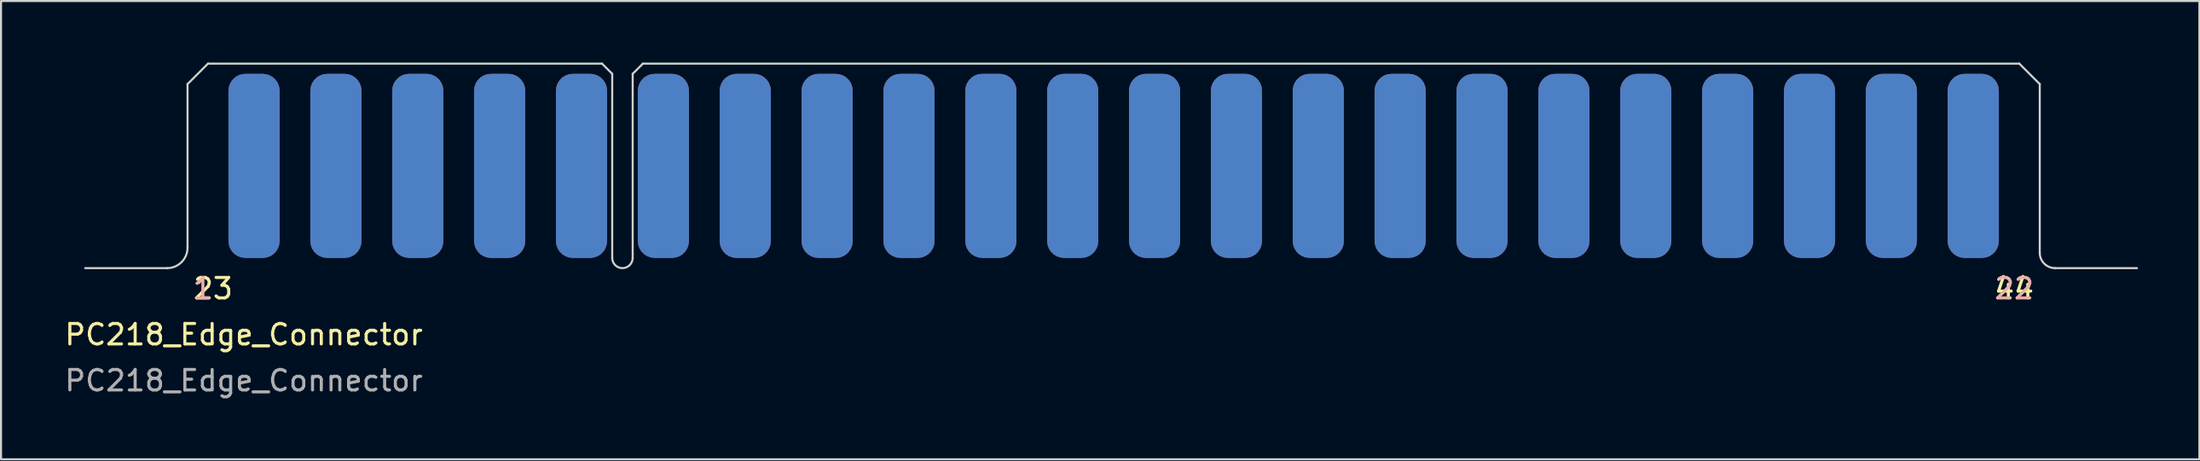
<source format=kicad_pcb>
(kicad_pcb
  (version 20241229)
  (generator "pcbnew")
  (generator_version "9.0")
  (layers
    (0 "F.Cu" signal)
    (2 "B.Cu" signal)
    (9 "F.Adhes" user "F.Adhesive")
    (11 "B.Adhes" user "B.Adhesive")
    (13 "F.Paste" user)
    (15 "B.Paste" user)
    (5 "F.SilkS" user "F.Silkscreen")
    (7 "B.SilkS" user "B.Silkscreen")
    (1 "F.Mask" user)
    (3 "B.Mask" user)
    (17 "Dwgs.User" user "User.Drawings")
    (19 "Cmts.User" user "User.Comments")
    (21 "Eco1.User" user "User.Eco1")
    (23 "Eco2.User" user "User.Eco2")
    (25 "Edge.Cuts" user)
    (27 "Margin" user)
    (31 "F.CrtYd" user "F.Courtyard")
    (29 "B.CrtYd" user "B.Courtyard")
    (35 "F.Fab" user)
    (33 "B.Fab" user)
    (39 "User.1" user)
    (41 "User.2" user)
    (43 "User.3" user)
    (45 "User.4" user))
  (footprint "PC218_Edge_Connector"
    (layer "F.Cu")
    (at 6.113 10.06)
    (property "Reference" "PC218_Edge_Connector" (at 2.75 3.25 0) (unlocked yes) (layer "F.SilkS") (effects (font (size 1 1) (thickness 0.15))))
    (fp_rect (start -1 0) (end 91.5 -10) (stroke (width 0.12) (type solid)) (fill yes) (layer "F.Mask"))
    (fp_rect (start -1 0) (end 91.5 -10) (stroke (width 0.12) (type solid)) (fill yes) (layer "B.Mask"))
    (fp_line (start -5 0) (end -1 0) (stroke (width 0.1) (type solid)) (layer "Edge.Cuts"))
    (fp_line (start 0 -9) (end 1 -10) (stroke (width 0.1) (type solid)) (layer "Edge.Cuts"))
    (fp_line (start 0 -1) (end 0 -9) (stroke (width 0.1) (type solid)) (layer "Edge.Cuts"))
    (fp_line (start 1 -10) (end 20.25 -10) (stroke (width 0.1) (type solid)) (layer "Edge.Cuts"))
    (fp_line (start 20.25 -10) (end 20.75 -9.5) (stroke (width 0.1) (type solid)) (layer "Edge.Cuts"))
    (fp_line (start 20.75 -9.5) (end 20.75 -0.5) (stroke (width 0.1) (type solid)) (layer "Edge.Cuts"))
    (fp_line (start 21.75 -9.5) (end 22.25 -10) (stroke (width 0.1) (type solid)) (layer "Edge.Cuts"))
    (fp_line (start 21.75 -0.5) (end 21.75 -9.5) (stroke (width 0.1) (type solid)) (layer "Edge.Cuts"))
    (fp_line (start 22.25 -10) (end 89.5 -10) (stroke (width 0.1) (type solid)) (layer "Edge.Cuts"))
    (fp_line (start 89.5 -10) (end 90.5 -9) (stroke (width 0.1) (type solid)) (layer "Edge.Cuts"))
    (fp_line (start 90.5 -9) (end 90.5 -0.75) (stroke (width 0.1) (type solid)) (layer "Edge.Cuts"))
    (fp_line (start 91.25 0) (end 95.25 0) (stroke (width 0.1) (type solid)) (layer "Edge.Cuts"))
    (fp_arc (start 0 -1) (mid -0.292893 -0.292893) (end -1 0) (stroke (width 0.1) (type solid)) (layer "Edge.Cuts"))
    (fp_arc (start 21.75 -0.5) (mid 21.25 0) (end 20.75 -0.5) (stroke (width 0.1) (type solid)) (layer "Edge.Cuts"))
    (fp_arc (start 91.25 0) (mid 90.71967 -0.21967) (end 90.5 -0.75) (stroke (width 0.1) (type solid)) (layer "Edge.Cuts"))
    (fp_text user "44" (at 89.25 1 0) (unlocked yes) (layer "F.SilkS") (effects (font (size 1 1) (thickness 0.15))))
    (fp_text user "23" (at 1.25 1 0) (unlocked yes) (layer "F.SilkS") (effects (font (size 1 1) (thickness 0.15))))
    (fp_text user "22" (at 89.25 1 0) (unlocked yes) (layer "B.SilkS") (effects (font (size 1 1) (thickness 0.15))))
    (fp_text user "1" (at 0.75 1 0) (unlocked yes) (layer "B.SilkS") (effects (font (size 1 1) (thickness 0.15))))
    (fp_text user "${REFERENCE}" (at 2.75 5.5 0) (unlocked yes) (layer "F.Fab") (effects (font (size 1 1) (thickness 0.15))))
    (pad "1" connect roundrect (at 3.25 -5) (size 2.5 9) (layers "B.Cu" "B.Mask") (roundrect_rratio 0.33))
    (pad "2" connect roundrect (at 7.25 -5) (size 2.5 9) (layers "B.Cu" "B.Mask") (roundrect_rratio 0.33))
    (pad "3" connect roundrect (at 11.25 -5) (size 2.5 9) (layers "B.Cu" "B.Mask") (roundrect_rratio 0.33))
    (pad "4" connect roundrect (at 15.25 -5) (size 2.5 9) (layers "B.Cu" "B.Mask") (roundrect_rratio 0.33))
    (pad "5" connect roundrect (at 19.25 -5) (size 2.5 9) (layers "B.Cu" "B.Mask") (roundrect_rratio 0.33))
    (pad "6" connect roundrect (at 23.25 -5) (size 2.5 9) (layers "B.Cu" "B.Mask") (roundrect_rratio 0.33))
    (pad "7" connect roundrect (at 27.25 -5) (size 2.5 9) (layers "B.Cu" "B.Mask") (roundrect_rratio 0.33))
    (pad "8" connect roundrect (at 31.25 -5) (size 2.5 9) (layers "B.Cu" "B.Mask") (roundrect_rratio 0.33))
    (pad "9" connect roundrect (at 35.25 -5) (size 2.5 9) (layers "B.Cu" "B.Mask") (roundrect_rratio 0.33))
    (pad "10" connect roundrect (at 39.25 -5) (size 2.5 9) (layers "B.Cu" "B.Mask") (roundrect_rratio 0.33))
    (pad "11" connect roundrect (at 43.25 -5) (size 2.5 9) (layers "B.Cu" "B.Mask") (roundrect_rratio 0.33))
    (pad "12" connect roundrect (at 47.25 -5) (size 2.5 9) (layers "B.Cu" "B.Mask") (roundrect_rratio 0.33))
    (pad "13" connect roundrect (at 51.25 -5) (size 2.5 9) (layers "B.Cu" "B.Mask") (roundrect_rratio 0.33))
    (pad "14" connect roundrect (at 55.25 -5) (size 2.5 9) (layers "B.Cu" "B.Mask") (roundrect_rratio 0.33))
    (pad "15" connect roundrect (at 59.25 -5) (size 2.5 9) (layers "B.Cu" "B.Mask") (roundrect_rratio 0.33))
    (pad "16" connect roundrect (at 63.25 -5) (size 2.5 9) (layers "B.Cu" "B.Mask") (roundrect_rratio 0.33))
    (pad "17" connect roundrect (at 67.25 -5) (size 2.5 9) (layers "B.Cu" "B.Mask") (roundrect_rratio 0.33))
    (pad "18" connect roundrect (at 71.25 -5) (size 2.5 9) (layers "B.Cu" "B.Mask") (roundrect_rratio 0.33))
    (pad "19" connect roundrect (at 75.25 -5) (size 2.5 9) (layers "B.Cu" "B.Mask") (roundrect_rratio 0.33))
    (pad "20" connect roundrect (at 79.25 -5) (size 2.5 9) (layers "B.Cu" "B.Mask") (roundrect_rratio 0.33))
    (pad "21" connect roundrect (at 83.25 -5) (size 2.5 9) (layers "B.Cu" "B.Mask") (roundrect_rratio 0.33))
    (pad "22" connect roundrect (at 87.25 -5) (size 2.5 9) (layers "B.Cu" "B.Mask") (roundrect_rratio 0.33))
    (pad "23" connect roundrect (at 3.25 -5) (size 2.5 9) (layers "F.Cu" "F.Mask") (roundrect_rratio 0.33))
    (pad "24" connect roundrect (at 7.25 -5) (size 2.5 9) (layers "F.Cu" "F.Mask") (roundrect_rratio 0.33))
    (pad "25" connect roundrect (at 11.25 -5) (size 2.5 9) (layers "F.Cu" "F.Mask") (roundrect_rratio 0.33))
    (pad "26" connect roundrect (at 15.25 -5) (size 2.5 9) (layers "F.Cu" "F.Mask") (roundrect_rratio 0.33))
    (pad "27" connect roundrect (at 19.25 -5) (size 2.5 9) (layers "F.Cu" "F.Mask") (roundrect_rratio 0.33))
    (pad "28" connect roundrect (at 23.25 -5) (size 2.5 9) (layers "F.Cu" "F.Mask") (roundrect_rratio 0.33))
    (pad "29" connect roundrect (at 27.25 -5) (size 2.5 9) (layers "F.Cu" "F.Mask") (roundrect_rratio 0.33))
    (pad "30" connect roundrect (at 31.25 -5) (size 2.5 9) (layers "F.Cu" "F.Mask") (roundrect_rratio 0.33))
    (pad "31" connect roundrect (at 35.25 -5) (size 2.5 9) (layers "F.Cu" "F.Mask") (roundrect_rratio 0.33))
    (pad "32" connect roundrect (at 39.25 -5) (size 2.5 9) (layers "F.Cu" "F.Mask") (roundrect_rratio 0.33))
    (pad "33" connect roundrect (at 43.25 -5) (size 2.5 9) (layers "F.Cu" "F.Mask") (roundrect_rratio 0.33))
    (pad "34" connect roundrect (at 47.25 -5) (size 2.5 9) (layers "F.Cu" "F.Mask") (roundrect_rratio 0.33))
    (pad "35" connect roundrect (at 51.25 -5) (size 2.5 9) (layers "F.Cu" "F.Mask") (roundrect_rratio 0.33))
    (pad "36" connect roundrect (at 55.25 -5) (size 2.5 9) (layers "F.Cu" "F.Mask") (roundrect_rratio 0.33))
    (pad "37" connect roundrect (at 59.25 -5) (size 2.5 9) (layers "F.Cu" "F.Mask") (roundrect_rratio 0.33))
    (pad "38" connect roundrect (at 63.25 -5) (size 2.5 9) (layers "F.Cu" "F.Mask") (roundrect_rratio 0.33))
    (pad "39" connect roundrect (at 67.25 -5) (size 2.5 9) (layers "F.Cu" "F.Mask") (roundrect_rratio 0.33))
    (pad "40" connect roundrect (at 71.25 -5) (size 2.5 9) (layers "F.Cu" "F.Mask") (roundrect_rratio 0.33))
    (pad "41" connect roundrect (at 75.25 -5) (size 2.5 9) (layers "F.Cu" "F.Mask") (roundrect_rratio 0.33))
    (pad "42" connect roundrect (at 79.25 -5) (size 2.5 9) (layers "F.Cu" "F.Mask") (roundrect_rratio 0.33))
    (pad "43" connect roundrect (at 83.25 -5) (size 2.5 9) (layers "F.Cu" "F.Mask") (roundrect_rratio 0.33))
    (pad "44" connect roundrect (at 87.25 -5) (size 2.5 9) (layers "F.Cu" "F.Mask") (roundrect_rratio 0.33)))
  (gr_rect
    (start -3 -3)
    (end 104.413 19.408)
    (stroke (width 0.1) (type default))
    (fill no)
    (layer "Edge.Cuts")))
</source>
